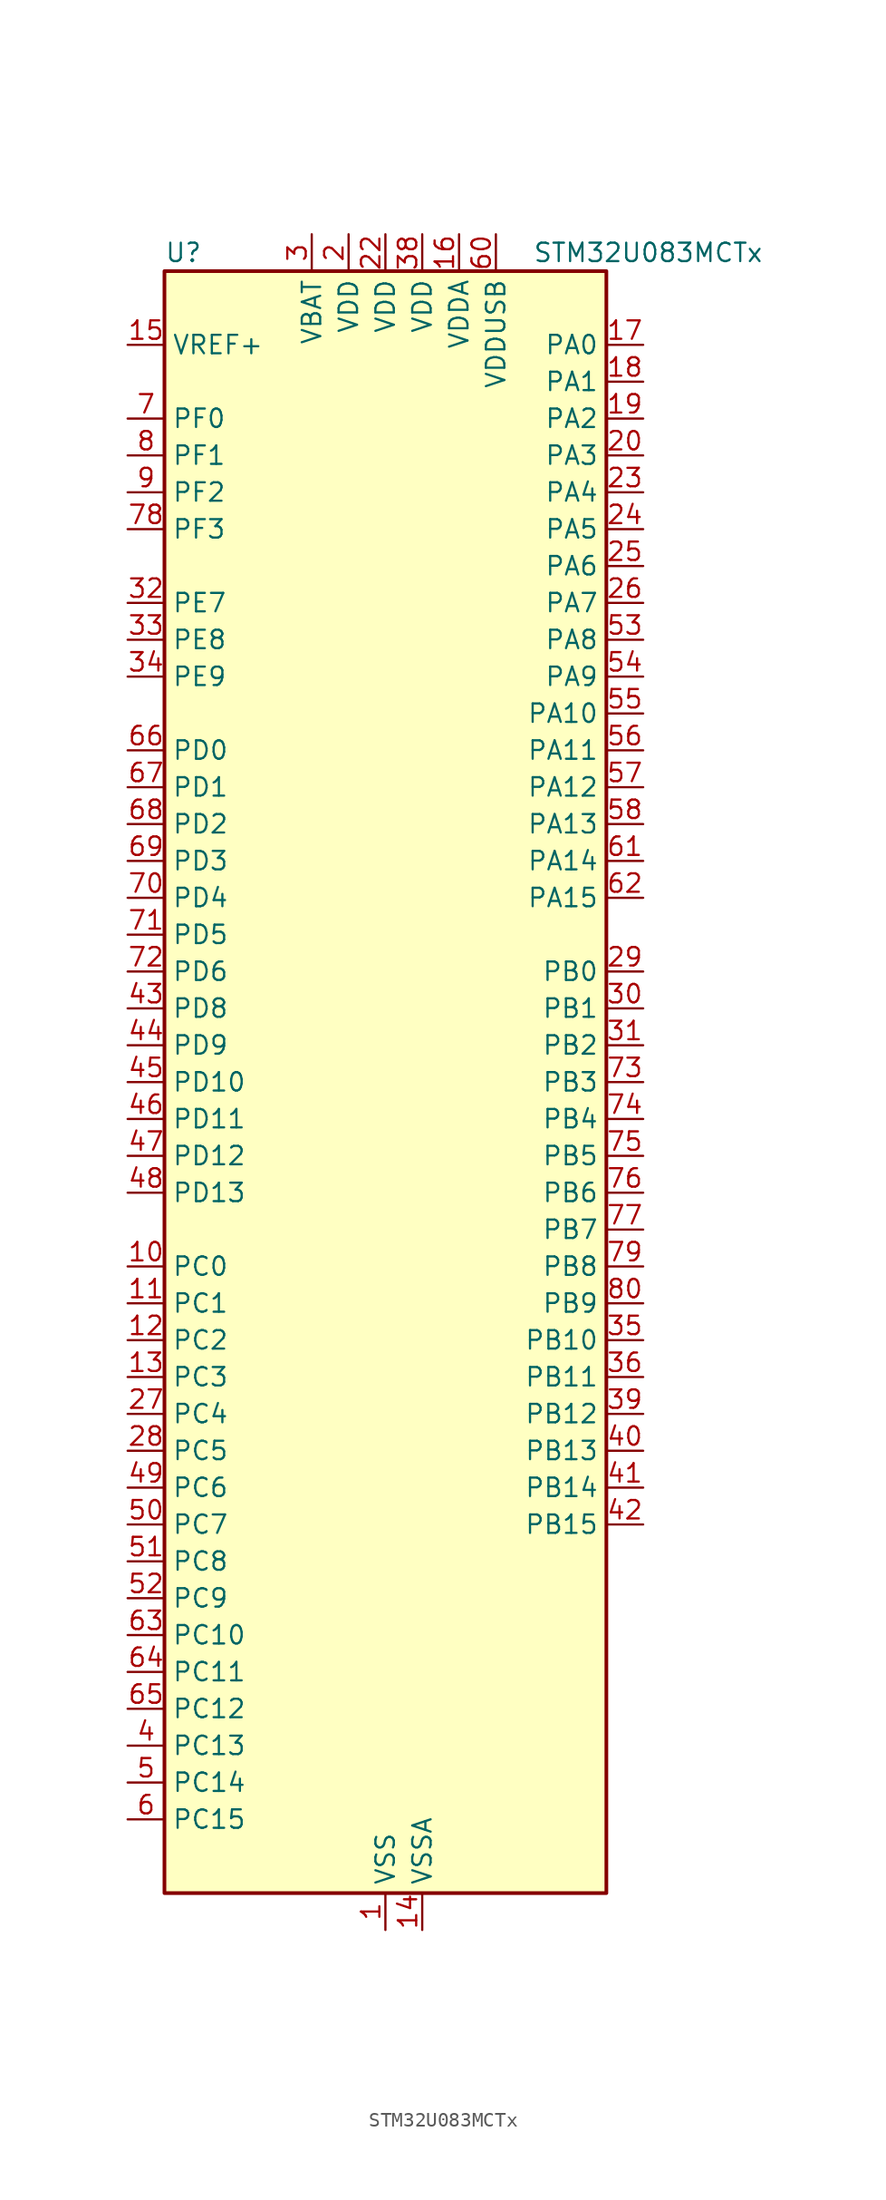
<source format=kicad_sym>
(kicad_symbol_lib
  (version 20241209)
  (generator "kicad_symbol_editor")
  (generator_version "9.0")
  (symbol "STM32U083MCTx"
    (property "Reference" "U"
      (at -15.24 57.15 0)
      (effects (font (size 1.27 1.27)) (justify left)))
    (property "Value" "STM32U083MCTx"
      (at 10.16 57.15 0)
      (effects (font (size 1.27 1.27)) (justify left)))
    (symbol "STM32U083MCTx_0_1"
      (rectangle (start -15.24 -55.88) (end 15.24 55.88) (stroke (width 0.254) (type default)) (fill (type background))))
    (symbol "STM32U083MCTx_1_1"
      (pin input line (at -17.78 50.8 0) (length 2.54) (name "VREF+" (effects (font (size 1.27 1.27)))) (number "15" (effects (font (size 1.27 1.27)))) (alternate "VREFBUF_OUT" bidirectional line))
      (pin bidirectional line (at -17.78 45.72 0) (length 2.54) (name "PF0" (effects (font (size 1.27 1.27)))) (number "7" (effects (font (size 1.27 1.27)))) (alternate "RCC_OSC_IN" bidirectional line))
      (pin bidirectional line (at -17.78 43.18 0) (length 2.54) (name "PF1" (effects (font (size 1.27 1.27)))) (number "8" (effects (font (size 1.27 1.27)))) (alternate "RCC_OSC_EN" bidirectional line) (alternate "RCC_OSC_OUT" bidirectional line))
      (pin bidirectional line (at -17.78 40.64 0) (length 2.54) (name "PF2" (effects (font (size 1.27 1.27)))) (number "9" (effects (font (size 1.27 1.27)))) (alternate "RCC_MCO" bidirectional line))
      (pin bidirectional line (at -17.78 38.1 0) (length 2.54) (name "PF3" (effects (font (size 1.27 1.27)))) (number "78" (effects (font (size 1.27 1.27)))))
      (pin bidirectional line (at -17.78 33.02 0) (length 2.54) (name "PE7" (effects (font (size 1.27 1.27)))) (number "32" (effects (font (size 1.27 1.27)))) (alternate "LCD_SEG45" bidirectional line) (alternate "TIM1_ETR" bidirectional line))
      (pin bidirectional line (at -17.78 30.48 0) (length 2.54) (name "PE8" (effects (font (size 1.27 1.27)))) (number "33" (effects (font (size 1.27 1.27)))) (alternate "LCD_SEG46" bidirectional line) (alternate "TIM1_CH1N" bidirectional line))
      (pin bidirectional line (at -17.78 27.94 0) (length 2.54) (name "PE9" (effects (font (size 1.27 1.27)))) (number "34" (effects (font (size 1.27 1.27)))) (alternate "DAC1_EXTI9" bidirectional line) (alternate "LCD_SEG47" bidirectional line) (alternate "LPTIM1_CH3" bidirectional line) (alternate "TIM1_CH1" bidirectional line))
      (pin bidirectional line (at -17.78 22.86 0) (length 2.54) (name "PD0" (effects (font (size 1.27 1.27)))) (number "66" (effects (font (size 1.27 1.27)))) (alternate "LCD_SEG34" bidirectional line) (alternate "SPI2_NSS" bidirectional line))
      (pin bidirectional line (at -17.78 20.32 0) (length 2.54) (name "PD1" (effects (font (size 1.27 1.27)))) (number "67" (effects (font (size 1.27 1.27)))) (alternate "LCD_SEG35" bidirectional line) (alternate "LPTIM1_CH4" bidirectional line) (alternate "SPI2_SCK" bidirectional line))
      (pin bidirectional line (at -17.78 17.78 0) (length 2.54) (name "PD2" (effects (font (size 1.27 1.27)))) (number "68" (effects (font (size 1.27 1.27)))) (alternate "LCD_COM7" bidirectional line) (alternate "LCD_SEG31" bidirectional line) (alternate "LCD_SEG51" bidirectional line) (alternate "TIM3_ETR" bidirectional line) (alternate "TSC_SYNC" bidirectional line) (alternate "USART3_DE" bidirectional line) (alternate "USART3_RTS" bidirectional line))
      (pin bidirectional line (at -17.78 15.24 0) (length 2.54) (name "PD3" (effects (font (size 1.27 1.27)))) (number "69" (effects (font (size 1.27 1.27)))) (alternate "LCD_SEG36" bidirectional line) (alternate "SPI2_MISO" bidirectional line) (alternate "USART2_CTS" bidirectional line))
      (pin bidirectional line (at -17.78 12.7 0) (length 2.54) (name "PD4" (effects (font (size 1.27 1.27)))) (number "70" (effects (font (size 1.27 1.27)))) (alternate "LCD_SEG37" bidirectional line) (alternate "LPTIM1_CH3" bidirectional line) (alternate "SPI2_MOSI" bidirectional line) (alternate "USART2_DE" bidirectional line) (alternate "USART2_RTS" bidirectional line))
      (pin bidirectional line (at -17.78 10.16 0) (length 2.54) (name "PD5" (effects (font (size 1.27 1.27)))) (number "71" (effects (font (size 1.27 1.27)))) (alternate "LCD_SEG38" bidirectional line) (alternate "USART2_TX" bidirectional line))
      (pin bidirectional line (at -17.78 7.62 0) (length 2.54) (name "PD6" (effects (font (size 1.27 1.27)))) (number "72" (effects (font (size 1.27 1.27)))) (alternate "LCD_SEG39" bidirectional line) (alternate "USART2_RX" bidirectional line))
      (pin bidirectional line (at -17.78 5.08 0) (length 2.54) (name "PD8" (effects (font (size 1.27 1.27)))) (number "43" (effects (font (size 1.27 1.27)))) (alternate "LCD_SEG28" bidirectional line) (alternate "LPUART3_TX" bidirectional line) (alternate "USART3_TX" bidirectional line))
      (pin bidirectional line (at -17.78 2.54 0) (length 2.54) (name "PD9" (effects (font (size 1.27 1.27)))) (number "44" (effects (font (size 1.27 1.27)))) (alternate "DAC1_EXTI9" bidirectional line) (alternate "LCD_SEG29" bidirectional line) (alternate "LPTIM3_IN1" bidirectional line) (alternate "LPUART3_RX" bidirectional line) (alternate "USART3_RX" bidirectional line))
      (pin bidirectional line (at -17.78 0 0) (length 2.54) (name "PD10" (effects (font (size 1.27 1.27)))) (number "45" (effects (font (size 1.27 1.27)))) (alternate "COMP2_INP" bidirectional line) (alternate "LCD_SEG30" bidirectional line) (alternate "LPTIM2_CH2" bidirectional line) (alternate "LPTIM3_ETR" bidirectional line) (alternate "TSC_G6_IO1" bidirectional line) (alternate "USART3_CK" bidirectional line))
      (pin bidirectional line (at -17.78 -2.54 0) (length 2.54) (name "PD11" (effects (font (size 1.27 1.27)))) (number "46" (effects (font (size 1.27 1.27)))) (alternate "ADC1_EXTI11" bidirectional line) (alternate "LCD_SEG31" bidirectional line) (alternate "LPTIM2_ETR" bidirectional line) (alternate "LPUART3_CTS" bidirectional line) (alternate "TSC_G6_IO2" bidirectional line) (alternate "USART3_CTS" bidirectional line))
      (pin bidirectional line (at -17.78 -5.08 0) (length 2.54) (name "PD12" (effects (font (size 1.27 1.27)))) (number "47" (effects (font (size 1.27 1.27)))) (alternate "I2C4_SCL" bidirectional line) (alternate "LCD_SEG32" bidirectional line) (alternate "LPTIM2_IN1" bidirectional line) (alternate "LPUART3_DE" bidirectional line) (alternate "LPUART3_RTS" bidirectional line) (alternate "TSC_G6_IO3" bidirectional line) (alternate "USART3_DE" bidirectional line) (alternate "USART3_RTS" bidirectional line))
      (pin bidirectional line (at -17.78 -7.62 0) (length 2.54) (name "PD13" (effects (font (size 1.27 1.27)))) (number "48" (effects (font (size 1.27 1.27)))) (alternate "I2C4_SDA" bidirectional line) (alternate "LCD_SEG33" bidirectional line) (alternate "LPTIM2_CH1" bidirectional line) (alternate "TSC_G6_IO4" bidirectional line))
      (pin bidirectional line (at -17.78 -12.7 0) (length 2.54) (name "PC0" (effects (font (size 1.27 1.27)))) (number "10" (effects (font (size 1.27 1.27)))) (alternate "ADC1_IN0" bidirectional line) (alternate "I2C3_SCL" bidirectional line) (alternate "I2C4_SCL" bidirectional line) (alternate "LCD_SEG18" bidirectional line) (alternate "LPTIM1_IN1" bidirectional line) (alternate "LPTIM2_IN1" bidirectional line) (alternate "LPUART1_RX" bidirectional line) (alternate "LPUART2_TX" bidirectional line))
      (pin bidirectional line (at -17.78 -15.24 0) (length 2.54) (name "PC1" (effects (font (size 1.27 1.27)))) (number "11" (effects (font (size 1.27 1.27)))) (alternate "ADC1_IN1" bidirectional line) (alternate "I2C3_SDA" bidirectional line) (alternate "I2C4_SDA" bidirectional line) (alternate "LCD_SEG19" bidirectional line) (alternate "LPTIM1_CH1" bidirectional line) (alternate "LPUART1_TX" bidirectional line) (alternate "LPUART2_RX" bidirectional line))
      (pin bidirectional line (at -17.78 -17.78 0) (length 2.54) (name "PC2" (effects (font (size 1.27 1.27)))) (number "12" (effects (font (size 1.27 1.27)))) (alternate "ADC1_IN2" bidirectional line) (alternate "LCD_SEG20" bidirectional line) (alternate "LPTIM1_IN2" bidirectional line) (alternate "RCC_MCO2" bidirectional line) (alternate "SPI2_MISO" bidirectional line))
      (pin bidirectional line (at -17.78 -20.32 0) (length 2.54) (name "PC3" (effects (font (size 1.27 1.27)))) (number "13" (effects (font (size 1.27 1.27)))) (alternate "ADC1_IN3" bidirectional line) (alternate "LCD_VLCD" bidirectional line) (alternate "LPTIM1_ETR" bidirectional line) (alternate "LPTIM2_ETR" bidirectional line) (alternate "LPTIM3_CH1" bidirectional line) (alternate "SPI2_MOSI" bidirectional line) (alternate "USART4_CK" bidirectional line))
      (pin bidirectional line (at -17.78 -22.86 0) (length 2.54) (name "PC4" (effects (font (size 1.27 1.27)))) (number "27" (effects (font (size 1.27 1.27)))) (alternate "ADC1_IN15" bidirectional line) (alternate "COMP1_INM" bidirectional line) (alternate "LCD_SEG22" bidirectional line) (alternate "LPUART3_TX" bidirectional line) (alternate "USART3_TX" bidirectional line))
      (pin bidirectional line (at -17.78 -25.4 0) (length 2.54) (name "PC5" (effects (font (size 1.27 1.27)))) (number "28" (effects (font (size 1.27 1.27)))) (alternate "ADC1_IN16" bidirectional line) (alternate "COMP1_INP" bidirectional line) (alternate "LCD_SEG23" bidirectional line) (alternate "LPTIM3_CH3" bidirectional line) (alternate "LPUART3_RX" bidirectional line) (alternate "PWR_WKUP5" bidirectional line) (alternate "TAMP_IN4" bidirectional line) (alternate "USART3_RX" bidirectional line))
      (pin bidirectional line (at -17.78 -27.94 0) (length 2.54) (name "PC6" (effects (font (size 1.27 1.27)))) (number "49" (effects (font (size 1.27 1.27)))) (alternate "COMP1_INP" bidirectional line) (alternate "LCD_SEG24" bidirectional line) (alternate "LPUART2_TX" bidirectional line) (alternate "TIM3_CH1" bidirectional line) (alternate "TSC_G4_IO1" bidirectional line))
      (pin bidirectional line (at -17.78 -30.48 0) (length 2.54) (name "PC7" (effects (font (size 1.27 1.27)))) (number "50" (effects (font (size 1.27 1.27)))) (alternate "LCD_SEG25" bidirectional line) (alternate "LPTIM2_CH2" bidirectional line) (alternate "LPTIM3_CH4" bidirectional line) (alternate "LPUART2_RX" bidirectional line) (alternate "TIM3_CH2" bidirectional line) (alternate "TSC_G4_IO2" bidirectional line))
      (pin bidirectional line (at -17.78 -33.02 0) (length 2.54) (name "PC8" (effects (font (size 1.27 1.27)))) (number "51" (effects (font (size 1.27 1.27)))) (alternate "LCD_SEG26" bidirectional line) (alternate "LPTIM3_CH1" bidirectional line) (alternate "TIM3_CH3" bidirectional line) (alternate "TSC_G4_IO3" bidirectional line))
      (pin bidirectional line (at -17.78 -35.56 0) (length 2.54) (name "PC9" (effects (font (size 1.27 1.27)))) (number "52" (effects (font (size 1.27 1.27)))) (alternate "DAC1_EXTI9" bidirectional line) (alternate "LCD_SEG27" bidirectional line) (alternate "LPTIM3_CH2" bidirectional line) (alternate "TIM3_CH4" bidirectional line) (alternate "TSC_G4_IO4" bidirectional line) (alternate "USB_NOE" bidirectional line))
      (pin bidirectional line (at -17.78 -38.1 0) (length 2.54) (name "PC10" (effects (font (size 1.27 1.27)))) (number "63" (effects (font (size 1.27 1.27)))) (alternate "LCD_COM4" bidirectional line) (alternate "LCD_SEG28" bidirectional line) (alternate "LCD_SEG48" bidirectional line) (alternate "LPTIM3_ETR" bidirectional line) (alternate "SPI3_SCK" bidirectional line) (alternate "TSC_G3_IO2" bidirectional line) (alternate "USART3_TX" bidirectional line) (alternate "USART4_TX" bidirectional line))
      (pin bidirectional line (at -17.78 -40.64 0) (length 2.54) (name "PC11" (effects (font (size 1.27 1.27)))) (number "64" (effects (font (size 1.27 1.27)))) (alternate "ADC1_EXTI11" bidirectional line) (alternate "LCD_COM5" bidirectional line) (alternate "LCD_SEG29" bidirectional line) (alternate "LCD_SEG49" bidirectional line) (alternate "LPTIM3_IN1" bidirectional line) (alternate "SPI3_MISO" bidirectional line) (alternate "TSC_G3_IO3" bidirectional line) (alternate "USART3_RX" bidirectional line) (alternate "USART4_RX" bidirectional line))
      (pin bidirectional line (at -17.78 -43.18 0) (length 2.54) (name "PC12" (effects (font (size 1.27 1.27)))) (number "65" (effects (font (size 1.27 1.27)))) (alternate "LCD_COM6" bidirectional line) (alternate "LCD_SEG30" bidirectional line) (alternate "LCD_SEG50" bidirectional line) (alternate "LPTIM3_CH3" bidirectional line) (alternate "SPI3_MOSI" bidirectional line) (alternate "USART3_CK" bidirectional line) (alternate "USART4_CK" bidirectional line))
      (pin bidirectional line (at -17.78 -45.72 0) (length 2.54) (name "PC13" (effects (font (size 1.27 1.27)))) (number "4" (effects (font (size 1.27 1.27)))) (alternate "LPTIM1_CH3" bidirectional line) (alternate "LPTIM3_CH3" bidirectional line) (alternate "PWR_WKUP2" bidirectional line) (alternate "RTC_OUT1" bidirectional line) (alternate "RTC_TS" bidirectional line) (alternate "TAMP_IN1" bidirectional line))
      (pin bidirectional line (at -17.78 -48.26 0) (length 2.54) (name "PC14" (effects (font (size 1.27 1.27)))) (number "5" (effects (font (size 1.27 1.27)))) (alternate "RCC_OSC32_IN" bidirectional line))
      (pin bidirectional line (at -17.78 -50.8 0) (length 2.54) (name "PC15" (effects (font (size 1.27 1.27)))) (number "6" (effects (font (size 1.27 1.27)))) (alternate "RCC_OSC32_EN" bidirectional line) (alternate "RCC_OSC32_OUT" bidirectional line) (alternate "RCC_OSC_EN" bidirectional line))
      (pin power_in line (at -5.08 58.42 270) (length 2.54) (name "VBAT" (effects (font (size 1.27 1.27)))) (number "3" (effects (font (size 1.27 1.27)))))
      (pin power_in line (at -2.54 58.42 270) (length 2.54) (name "VDD" (effects (font (size 1.27 1.27)))) (number "2" (effects (font (size 1.27 1.27)))))
      (pin power_in line (at 0 58.42 270) (length 2.54) (name "VDD" (effects (font (size 1.27 1.27)))) (number "22" (effects (font (size 1.27 1.27)))))
      (pin power_in line (at 0 -58.42 90) (length 2.54) (name "VSS" (effects (font (size 1.27 1.27)))) (number "1" (effects (font (size 1.27 1.27)))))
      (pin passive line (at 0 -58.42 90) (length 2.54) (hide yes) (name "VSS" (effects (font (size 1.27 1.27)))) (number "21" (effects (font (size 1.27 1.27)))))
      (pin passive line (at 0 -58.42 90) (length 2.54) (hide yes) (name "VSS" (effects (font (size 1.27 1.27)))) (number "37" (effects (font (size 1.27 1.27)))))
      (pin passive line (at 0 -58.42 90) (length 2.54) (hide yes) (name "VSS" (effects (font (size 1.27 1.27)))) (number "59" (effects (font (size 1.27 1.27)))))
      (pin power_in line (at 2.54 58.42 270) (length 2.54) (name "VDD" (effects (font (size 1.27 1.27)))) (number "38" (effects (font (size 1.27 1.27)))))
      (pin power_in line (at 2.54 -58.42 90) (length 2.54) (name "VSSA" (effects (font (size 1.27 1.27)))) (number "14" (effects (font (size 1.27 1.27)))))
      (pin power_in line (at 5.08 58.42 270) (length 2.54) (name "VDDA" (effects (font (size 1.27 1.27)))) (number "16" (effects (font (size 1.27 1.27)))))
      (pin power_in line (at 7.62 58.42 270) (length 2.54) (name "VDDUSB" (effects (font (size 1.27 1.27)))) (number "60" (effects (font (size 1.27 1.27)))))
      (pin bidirectional line (at 17.78 50.8 180) (length 2.54) (name "PA0" (effects (font (size 1.27 1.27)))) (number "17" (effects (font (size 1.27 1.27)))) (alternate "ADC1_IN4" bidirectional line) (alternate "COMP1_INM" bidirectional line) (alternate "COMP1_OUT" bidirectional line) (alternate "LCD_SEG42" bidirectional line) (alternate "OPAMP1_VINP" bidirectional line) (alternate "PWR_WKUP1" bidirectional line) (alternate "TAMP_IN2" bidirectional line) (alternate "TIM2_CH1" bidirectional line) (alternate "TIM2_ETR" bidirectional line) (alternate "USART2_CTS" bidirectional line) (alternate "USART4_TX" bidirectional line))
      (pin bidirectional line (at 17.78 48.26 180) (length 2.54) (name "PA1" (effects (font (size 1.27 1.27)))) (number "18" (effects (font (size 1.27 1.27)))) (alternate "ADC1_IN5" bidirectional line) (alternate "COMP1_INP" bidirectional line) (alternate "LCD_SEG0" bidirectional line) (alternate "LPTIM1_CH2" bidirectional line) (alternate "OPAMP1_VINM" bidirectional line) (alternate "PWR_WKUP3" bidirectional line) (alternate "SPI1_SCK" bidirectional line) (alternate "SPI2_SCK" bidirectional line) (alternate "TAMP_IN5" bidirectional line) (alternate "TIM15_CH1N" bidirectional line) (alternate "TIM2_CH2" bidirectional line) (alternate "USART2_DE" bidirectional line) (alternate "USART2_RTS" bidirectional line) (alternate "USART4_RX" bidirectional line))
      (pin bidirectional line (at 17.78 45.72 180) (length 2.54) (name "PA2" (effects (font (size 1.27 1.27)))) (number "19" (effects (font (size 1.27 1.27)))) (alternate "ADC1_IN6" bidirectional line) (alternate "COMP2_INM" bidirectional line) (alternate "COMP2_OUT" bidirectional line) (alternate "LCD_SEG1" bidirectional line) (alternate "LPUART1_TX" bidirectional line) (alternate "PWR_WKUP4" bidirectional line) (alternate "RCC_LSCO" bidirectional line) (alternate "TIM15_CH1" bidirectional line) (alternate "TIM2_CH3" bidirectional line) (alternate "USART2_TX" bidirectional line))
      (pin bidirectional line (at 17.78 43.18 180) (length 2.54) (name "PA3" (effects (font (size 1.27 1.27)))) (number "20" (effects (font (size 1.27 1.27)))) (alternate "ADC1_IN7" bidirectional line) (alternate "COMP2_INP" bidirectional line) (alternate "LCD_SEG2" bidirectional line) (alternate "LPUART1_RX" bidirectional line) (alternate "OPAMP1_VOUT" bidirectional line) (alternate "TIM15_CH2" bidirectional line) (alternate "TIM2_CH4" bidirectional line) (alternate "USART2_RX" bidirectional line))
      (pin bidirectional line (at 17.78 40.64 180) (length 2.54) (name "PA4" (effects (font (size 1.27 1.27)))) (number "23" (effects (font (size 1.27 1.27)))) (alternate "ADC1_IN8" bidirectional line) (alternate "COMP1_INM" bidirectional line) (alternate "COMP2_INM" bidirectional line) (alternate "DAC1_OUT1" bidirectional line) (alternate "LCD_SEG43" bidirectional line) (alternate "LPTIM2_CH1" bidirectional line) (alternate "LPUART3_TX" bidirectional line) (alternate "SPI1_NSS" bidirectional line) (alternate "SPI3_NSS" bidirectional line) (alternate "USART2_CK" bidirectional line))
      (pin bidirectional line (at 17.78 38.1 180) (length 2.54) (name "PA5" (effects (font (size 1.27 1.27)))) (number "24" (effects (font (size 1.27 1.27)))) (alternate "ADC1_IN9" bidirectional line) (alternate "COMP1_INM" bidirectional line) (alternate "COMP2_INM" bidirectional line) (alternate "LCD_SEG44" bidirectional line) (alternate "LPTIM2_ETR" bidirectional line) (alternate "LPUART3_RX" bidirectional line) (alternate "SPI1_SCK" bidirectional line) (alternate "TIM2_CH1" bidirectional line) (alternate "TIM2_ETR" bidirectional line) (alternate "USART3_TX" bidirectional line))
      (pin bidirectional line (at 17.78 35.56 180) (length 2.54) (name "PA6" (effects (font (size 1.27 1.27)))) (number "25" (effects (font (size 1.27 1.27)))) (alternate "ADC1_IN10" bidirectional line) (alternate "COMP1_OUT" bidirectional line) (alternate "I2C2_SDA" bidirectional line) (alternate "I2C3_SDA" bidirectional line) (alternate "LCD_SEG3" bidirectional line) (alternate "LPUART1_CTS" bidirectional line) (alternate "SPI1_MISO" bidirectional line) (alternate "TIM16_CH1" bidirectional line) (alternate "TIM1_BKIN" bidirectional line) (alternate "TIM3_CH1" bidirectional line) (alternate "TSC_G5_IO1" bidirectional line) (alternate "USART3_CTS" bidirectional line))
      (pin bidirectional line (at 17.78 33.02 180) (length 2.54) (name "PA7" (effects (font (size 1.27 1.27)))) (number "26" (effects (font (size 1.27 1.27)))) (alternate "ADC1_IN14" bidirectional line) (alternate "COMP2_OUT" bidirectional line) (alternate "I2C2_SCL" bidirectional line) (alternate "I2C3_SCL" bidirectional line) (alternate "LCD_SEG4" bidirectional line) (alternate "LPTIM2_CH2" bidirectional line) (alternate "SPI1_MOSI" bidirectional line) (alternate "TIM1_CH1N" bidirectional line) (alternate "TIM3_CH2" bidirectional line) (alternate "USART3_RX" bidirectional line))
      (pin bidirectional line (at 17.78 30.48 180) (length 2.54) (name "PA8" (effects (font (size 1.27 1.27)))) (number "53" (effects (font (size 1.27 1.27)))) (alternate "LCD_COM0" bidirectional line) (alternate "LPTIM2_CH1" bidirectional line) (alternate "RCC_MCO" bidirectional line) (alternate "RCC_MCO2" bidirectional line) (alternate "TIM1_CH1" bidirectional line) (alternate "TSC_G7_IO1" bidirectional line) (alternate "USART1_CK" bidirectional line))
      (pin bidirectional line (at 17.78 27.94 180) (length 2.54) (name "PA9" (effects (font (size 1.27 1.27)))) (number "54" (effects (font (size 1.27 1.27)))) (alternate "COMP1_INP" bidirectional line) (alternate "DAC1_EXTI9" bidirectional line) (alternate "I2C1_SCL" bidirectional line) (alternate "I2C2_SCL" bidirectional line) (alternate "LCD_COM1" bidirectional line) (alternate "RCC_MCO" bidirectional line) (alternate "TIM15_BKIN" bidirectional line) (alternate "TIM1_CH2" bidirectional line) (alternate "TSC_G7_IO2" bidirectional line) (alternate "USART1_TX" bidirectional line))
      (pin bidirectional line (at 17.78 25.4 180) (length 2.54) (name "PA10" (effects (font (size 1.27 1.27)))) (number "55" (effects (font (size 1.27 1.27)))) (alternate "CRS_SYNC" bidirectional line) (alternate "I2C1_SDA" bidirectional line) (alternate "I2C2_SDA" bidirectional line) (alternate "LCD_COM2" bidirectional line) (alternate "RCC_MCO2" bidirectional line) (alternate "SPI2_NSS" bidirectional line) (alternate "TIM1_CH3" bidirectional line) (alternate "TSC_G7_IO3" bidirectional line) (alternate "USART1_RX" bidirectional line))
      (pin bidirectional line (at 17.78 22.86 180) (length 2.54) (name "PA11" (effects (font (size 1.27 1.27)))) (number "56" (effects (font (size 1.27 1.27)))) (alternate "ADC1_EXTI11" bidirectional line) (alternate "COMP1_OUT" bidirectional line) (alternate "SPI1_MISO" bidirectional line) (alternate "SPI2_MISO" bidirectional line) (alternate "TIM1_BKIN2" bidirectional line) (alternate "TIM1_CH4" bidirectional line) (alternate "USART1_CTS" bidirectional line) (alternate "USB_DM" bidirectional line))
      (pin bidirectional line (at 17.78 20.32 180) (length 2.54) (name "PA12" (effects (font (size 1.27 1.27)))) (number "57" (effects (font (size 1.27 1.27)))) (alternate "SPI1_MOSI" bidirectional line) (alternate "SPI2_MOSI" bidirectional line) (alternate "TIM1_ETR" bidirectional line) (alternate "USART1_DE" bidirectional line) (alternate "USART1_RTS" bidirectional line) (alternate "USB_DP" bidirectional line))
      (pin bidirectional line (at 17.78 17.78 180) (length 2.54) (name "PA13" (effects (font (size 1.27 1.27)))) (number "58" (effects (font (size 1.27 1.27)))) (alternate "DEBUG_JTMS-SWDIO" bidirectional line) (alternate "IR_OUT" bidirectional line) (alternate "LCD_SEG40" bidirectional line) (alternate "TSC_G7_IO4" bidirectional line) (alternate "USB_NOE" bidirectional line))
      (pin bidirectional line (at 17.78 15.24 180) (length 2.54) (name "PA14" (effects (font (size 1.27 1.27)))) (number "61" (effects (font (size 1.27 1.27)))) (alternate "DEBUG_JTCK-SWCLK" bidirectional line) (alternate "LCD_SEG41" bidirectional line) (alternate "LPTIM1_CH1" bidirectional line) (alternate "TSC_G3_IO4" bidirectional line))
      (pin bidirectional line (at 17.78 12.7 180) (length 2.54) (name "PA15" (effects (font (size 1.27 1.27)))) (number "62" (effects (font (size 1.27 1.27)))) (alternate "DEBUG_JTDI" bidirectional line) (alternate "LCD_SEG17" bidirectional line) (alternate "LPTIM3_CH3" bidirectional line) (alternate "LPTIM3_IN2" bidirectional line) (alternate "SPI1_NSS" bidirectional line) (alternate "SPI3_NSS" bidirectional line) (alternate "TIM2_CH1" bidirectional line) (alternate "TIM2_ETR" bidirectional line) (alternate "TSC_G3_IO1" bidirectional line) (alternate "USART2_RX" bidirectional line) (alternate "USART3_DE" bidirectional line) (alternate "USART3_RTS" bidirectional line) (alternate "USART4_DE" bidirectional line) (alternate "USART4_RTS" bidirectional line))
      (pin bidirectional line (at 17.78 7.62 180) (length 2.54) (name "PB0" (effects (font (size 1.27 1.27)))) (number "29" (effects (font (size 1.27 1.27)))) (alternate "ADC1_IN17" bidirectional line) (alternate "COMP1_OUT" bidirectional line) (alternate "LCD_SEG5" bidirectional line) (alternate "LPTIM3_CH1" bidirectional line) (alternate "LPUART2_CTS" bidirectional line) (alternate "SPI1_NSS" bidirectional line) (alternate "TIM1_CH2N" bidirectional line) (alternate "TIM3_CH3" bidirectional line) (alternate "TSC_G5_IO2" bidirectional line) (alternate "USART3_CK" bidirectional line))
      (pin bidirectional line (at 17.78 5.08 180) (length 2.54) (name "PB1" (effects (font (size 1.27 1.27)))) (number "30" (effects (font (size 1.27 1.27)))) (alternate "ADC1_IN18" bidirectional line) (alternate "COMP1_INM" bidirectional line) (alternate "LCD_SEG6" bidirectional line) (alternate "LPTIM2_IN1" bidirectional line) (alternate "LPTIM3_CH2" bidirectional line) (alternate "LPUART1_DE" bidirectional line) (alternate "LPUART1_RTS" bidirectional line) (alternate "LPUART2_DE" bidirectional line) (alternate "LPUART2_RTS" bidirectional line) (alternate "TIM1_CH3N" bidirectional line) (alternate "TIM3_CH4" bidirectional line) (alternate "TSC_SYNC" bidirectional line) (alternate "USART3_DE" bidirectional line) (alternate "USART3_RTS" bidirectional line))
      (pin bidirectional line (at 17.78 2.54 180) (length 2.54) (name "PB2" (effects (font (size 1.27 1.27)))) (number "31" (effects (font (size 1.27 1.27)))) (alternate "COMP1_INP" bidirectional line) (alternate "LCD_VLCD" bidirectional line) (alternate "LPTIM1_CH1" bidirectional line) (alternate "RTC_OUT2" bidirectional line))
      (pin bidirectional line (at 17.78 0 180) (length 2.54) (name "PB3" (effects (font (size 1.27 1.27)))) (number "73" (effects (font (size 1.27 1.27)))) (alternate "COMP2_INM" bidirectional line) (alternate "DEBUG_JTDO-SWO" bidirectional line) (alternate "I2C2_SCL" bidirectional line) (alternate "I2C3_SCL" bidirectional line) (alternate "LCD_SEG7" bidirectional line) (alternate "LPTIM1_CH3" bidirectional line) (alternate "SPI1_SCK" bidirectional line) (alternate "SPI3_SCK" bidirectional line) (alternate "TIM2_CH2" bidirectional line) (alternate "USART1_DE" bidirectional line) (alternate "USART1_RTS" bidirectional line))
      (pin bidirectional line (at 17.78 -2.54 180) (length 2.54) (name "PB4" (effects (font (size 1.27 1.27)))) (number "74" (effects (font (size 1.27 1.27)))) (alternate "COMP2_INP" bidirectional line) (alternate "I2C2_SDA" bidirectional line) (alternate "I2C3_SDA" bidirectional line) (alternate "LCD_SEG8" bidirectional line) (alternate "LPTIM1_CH4" bidirectional line) (alternate "LPUART3_DE" bidirectional line) (alternate "LPUART3_RTS" bidirectional line) (alternate "SPI1_MISO" bidirectional line) (alternate "SPI3_MISO" bidirectional line) (alternate "TIM3_CH1" bidirectional line) (alternate "TSC_G2_IO1" bidirectional line) (alternate "USART1_CTS" bidirectional line))
      (pin bidirectional line (at 17.78 -5.08 180) (length 2.54) (name "PB5" (effects (font (size 1.27 1.27)))) (number "75" (effects (font (size 1.27 1.27)))) (alternate "COMP2_OUT" bidirectional line) (alternate "LCD_SEG9" bidirectional line) (alternate "LPTIM1_IN1" bidirectional line) (alternate "LPUART3_CTS" bidirectional line) (alternate "SPI1_MOSI" bidirectional line) (alternate "SPI3_MOSI" bidirectional line) (alternate "TIM16_BKIN" bidirectional line) (alternate "TIM3_CH2" bidirectional line) (alternate "TSC_G2_IO2" bidirectional line) (alternate "USART1_CK" bidirectional line))
      (pin bidirectional line (at 17.78 -7.62 180) (length 2.54) (name "PB6" (effects (font (size 1.27 1.27)))) (number "76" (effects (font (size 1.27 1.27)))) (alternate "COMP2_INP" bidirectional line) (alternate "I2C1_SCL" bidirectional line) (alternate "I2C2_SCL" bidirectional line) (alternate "I2C4_SCL" bidirectional line) (alternate "LPTIM1_ETR" bidirectional line) (alternate "LPUART2_TX" bidirectional line) (alternate "LPUART3_TX" bidirectional line) (alternate "TIM16_CH1N" bidirectional line) (alternate "TSC_G2_IO3" bidirectional line) (alternate "USART1_TX" bidirectional line))
      (pin bidirectional line (at 17.78 -10.16 180) (length 2.54) (name "PB7" (effects (font (size 1.27 1.27)))) (number "77" (effects (font (size 1.27 1.27)))) (alternate "COMP2_INM" bidirectional line) (alternate "I2C1_SDA" bidirectional line) (alternate "I2C2_SDA" bidirectional line) (alternate "I2C4_SDA" bidirectional line) (alternate "LCD_SEG21" bidirectional line) (alternate "LPTIM1_IN2" bidirectional line) (alternate "LPUART2_RX" bidirectional line) (alternate "LPUART3_RX" bidirectional line) (alternate "PWR_PVD_IN" bidirectional line) (alternate "TSC_G2_IO4" bidirectional line) (alternate "USART1_RX" bidirectional line) (alternate "USART4_CTS" bidirectional line))
      (pin bidirectional line (at 17.78 -12.7 180) (length 2.54) (name "PB8" (effects (font (size 1.27 1.27)))) (number "79" (effects (font (size 1.27 1.27)))) (alternate "I2C1_SCL" bidirectional line) (alternate "I2C2_SCL" bidirectional line) (alternate "LCD_SEG16" bidirectional line) (alternate "LPTIM1_IN2" bidirectional line) (alternate "LPTIM3_IN2" bidirectional line) (alternate "TIM16_CH1" bidirectional line) (alternate "USART3_TX" bidirectional line))
      (pin bidirectional line (at 17.78 -15.24 180) (length 2.54) (name "PB9" (effects (font (size 1.27 1.27)))) (number "80" (effects (font (size 1.27 1.27)))) (alternate "DAC1_EXTI9" bidirectional line) (alternate "I2C1_SDA" bidirectional line) (alternate "I2C2_SDA" bidirectional line) (alternate "IR_OUT" bidirectional line) (alternate "LCD_COM3" bidirectional line) (alternate "LPTIM1_CH4" bidirectional line) (alternate "LPTIM3_CH4" bidirectional line) (alternate "SPI2_NSS" bidirectional line) (alternate "USART3_RX" bidirectional line))
      (pin bidirectional line (at 17.78 -17.78 180) (length 2.54) (name "PB10" (effects (font (size 1.27 1.27)))) (number "35" (effects (font (size 1.27 1.27)))) (alternate "COMP1_OUT" bidirectional line) (alternate "I2C2_SCL" bidirectional line) (alternate "I2C4_SCL" bidirectional line) (alternate "LCD_SEG10" bidirectional line) (alternate "LPTIM3_CH1" bidirectional line) (alternate "LPUART1_RX" bidirectional line) (alternate "LPUART2_RX" bidirectional line) (alternate "SPI2_SCK" bidirectional line) (alternate "TIM2_CH3" bidirectional line) (alternate "TSC_G5_IO3" bidirectional line) (alternate "USART3_TX" bidirectional line))
      (pin bidirectional line (at 17.78 -20.32 180) (length 2.54) (name "PB11" (effects (font (size 1.27 1.27)))) (number "36" (effects (font (size 1.27 1.27)))) (alternate "ADC1_EXTI11" bidirectional line) (alternate "COMP2_OUT" bidirectional line) (alternate "I2C2_SDA" bidirectional line) (alternate "I2C4_SDA" bidirectional line) (alternate "LCD_SEG11" bidirectional line) (alternate "LPUART1_TX" bidirectional line) (alternate "LPUART2_TX" bidirectional line) (alternate "TIM2_CH4" bidirectional line) (alternate "TSC_G5_IO4" bidirectional line) (alternate "USART3_RX" bidirectional line))
      (pin bidirectional line (at 17.78 -22.86 180) (length 2.54) (name "PB12" (effects (font (size 1.27 1.27)))) (number "39" (effects (font (size 1.27 1.27)))) (alternate "LCD_SEG12" bidirectional line) (alternate "LPUART1_DE" bidirectional line) (alternate "LPUART1_RTS" bidirectional line) (alternate "SPI2_NSS" bidirectional line) (alternate "TIM15_BKIN" bidirectional line) (alternate "TIM1_BKIN" bidirectional line) (alternate "TSC_G1_IO1" bidirectional line) (alternate "USART3_CK" bidirectional line))
      (pin bidirectional line (at 17.78 -25.4 180) (length 2.54) (name "PB13" (effects (font (size 1.27 1.27)))) (number "40" (effects (font (size 1.27 1.27)))) (alternate "I2C2_SCL" bidirectional line) (alternate "LCD_SEG13" bidirectional line) (alternate "LPTIM3_IN1" bidirectional line) (alternate "LPUART1_CTS" bidirectional line) (alternate "SPI2_SCK" bidirectional line) (alternate "TIM15_CH1N" bidirectional line) (alternate "TIM1_CH1N" bidirectional line) (alternate "TSC_G1_IO2" bidirectional line) (alternate "USART3_CTS" bidirectional line))
      (pin bidirectional line (at 17.78 -27.94 180) (length 2.54) (name "PB14" (effects (font (size 1.27 1.27)))) (number "41" (effects (font (size 1.27 1.27)))) (alternate "I2C2_SDA" bidirectional line) (alternate "LCD_SEG14" bidirectional line) (alternate "LPTIM3_ETR" bidirectional line) (alternate "SPI2_MISO" bidirectional line) (alternate "TIM15_CH1" bidirectional line) (alternate "TIM1_CH2N" bidirectional line) (alternate "TSC_G1_IO3" bidirectional line) (alternate "USART3_DE" bidirectional line) (alternate "USART3_RTS" bidirectional line))
      (pin bidirectional line (at 17.78 -30.48 180) (length 2.54) (name "PB15" (effects (font (size 1.27 1.27)))) (number "42" (effects (font (size 1.27 1.27)))) (alternate "LCD_SEG15" bidirectional line) (alternate "PWR_WKUP7" bidirectional line) (alternate "RTC_REFIN" bidirectional line) (alternate "SPI2_MOSI" bidirectional line) (alternate "TAMP_IN3" bidirectional line) (alternate "TIM15_CH2" bidirectional line) (alternate "TIM1_CH3N" bidirectional line) (alternate "TSC_G1_IO4" bidirectional line)))))
</source>
